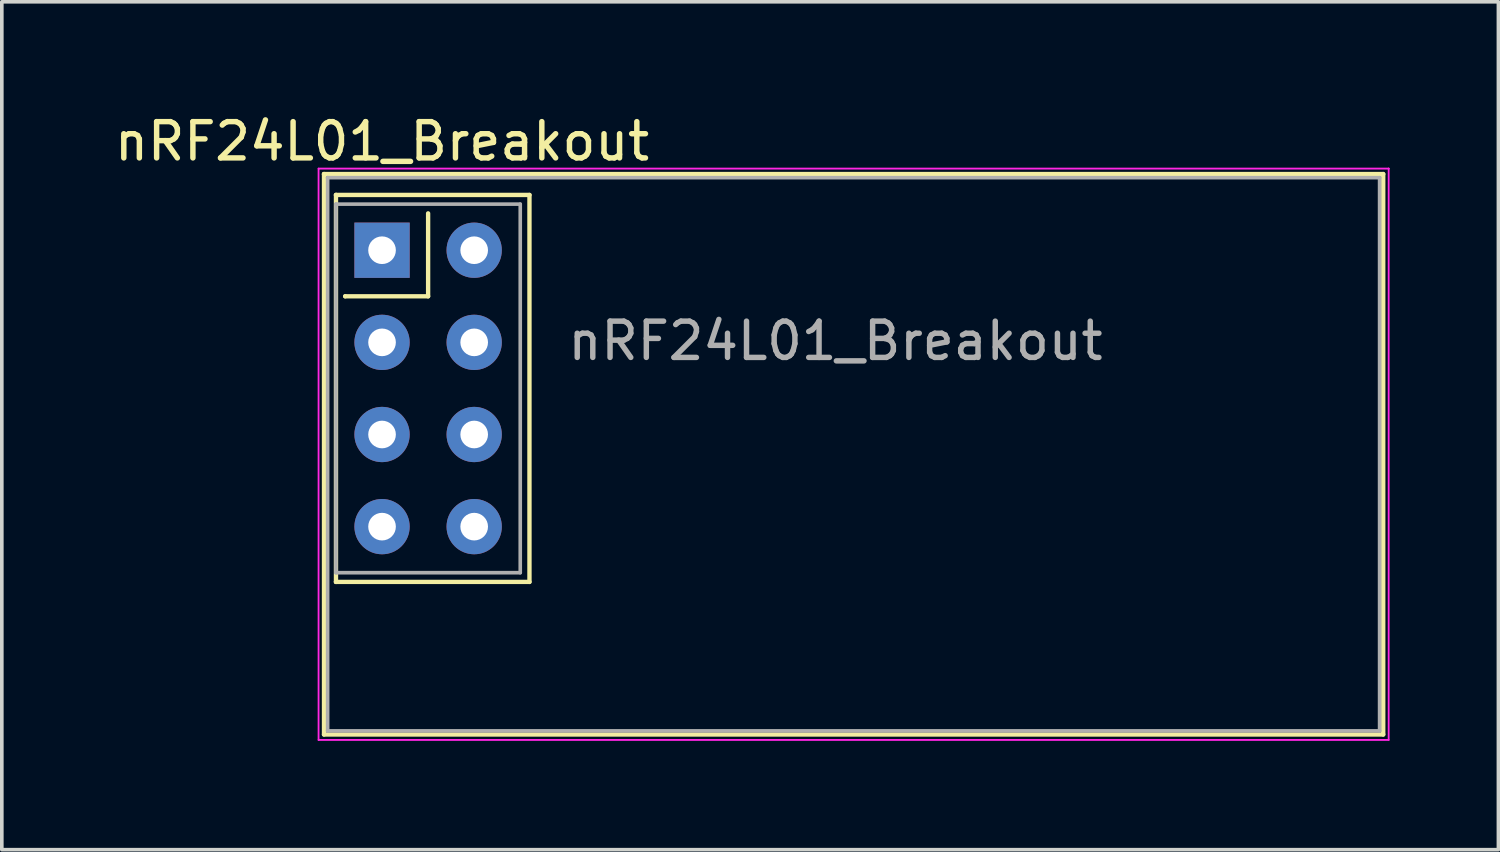
<source format=kicad_pcb>
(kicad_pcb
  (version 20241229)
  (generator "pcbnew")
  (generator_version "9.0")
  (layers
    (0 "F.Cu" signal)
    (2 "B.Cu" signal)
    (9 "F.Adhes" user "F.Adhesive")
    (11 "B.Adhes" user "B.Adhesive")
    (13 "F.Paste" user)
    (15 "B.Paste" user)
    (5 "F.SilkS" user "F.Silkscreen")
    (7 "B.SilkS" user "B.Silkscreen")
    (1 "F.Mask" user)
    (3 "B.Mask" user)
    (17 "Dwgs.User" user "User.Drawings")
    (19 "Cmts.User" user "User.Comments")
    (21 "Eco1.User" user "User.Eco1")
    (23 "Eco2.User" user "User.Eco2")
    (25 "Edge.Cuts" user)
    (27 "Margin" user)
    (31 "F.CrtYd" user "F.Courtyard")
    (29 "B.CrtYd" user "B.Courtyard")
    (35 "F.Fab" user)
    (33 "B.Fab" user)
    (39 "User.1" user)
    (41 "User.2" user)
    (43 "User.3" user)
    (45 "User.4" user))
  (footprint "nRF24L01_Breakout"
    (layer "F.Cu")
    (at 7.482 3.848)
    (property "Reference" "nRF24L01_Breakout" (at 0 -3 0) (layer "F.SilkS") (effects (font (size 1 1) (thickness 0.15))))
    (attr through_hole)
    (fp_line (start -1.6 -2.1) (end -1.6 -2.1) (stroke (width 0.12) (type solid)) (layer "F.SilkS"))
    (fp_line (start -1.6 -2.1) (end 27.6 -2.1) (stroke (width 0.12) (type solid)) (layer "F.SilkS"))
    (fp_line (start -1.6 13.35) (end -1.6 -2.1) (stroke (width 0.12) (type solid)) (layer "F.SilkS"))
    (fp_line (start -1.27 -1.524) (end -1.27 -1.524) (stroke (width 0.12) (type solid)) (layer "F.SilkS"))
    (fp_line (start -1.27 -1.524) (end 4.064 -1.524) (stroke (width 0.12) (type solid)) (layer "F.SilkS"))
    (fp_line (start -1.27 9.144) (end -1.27 -1.524) (stroke (width 0.12) (type solid)) (layer "F.SilkS"))
    (fp_line (start -1.27 9.144) (end -1.27 9.144) (stroke (width 0.12) (type solid)) (layer "F.SilkS"))
    (fp_line (start -1.016 1.27) (end -1.016 1.27) (stroke (width 0.12) (type solid)) (layer "F.SilkS"))
    (fp_line (start 1.27 -1.016) (end 1.27 1.27) (stroke (width 0.12) (type solid)) (layer "F.SilkS"))
    (fp_line (start 1.27 1.27) (end -1.016 1.27) (stroke (width 0.12) (type solid)) (layer "F.SilkS"))
    (fp_line (start 4.064 -1.524) (end 4.064 9.144) (stroke (width 0.12) (type solid)) (layer "F.SilkS"))
    (fp_line (start 4.064 9.144) (end -1.27 9.144) (stroke (width 0.12) (type solid)) (layer "F.SilkS"))
    (fp_line (start 27.6 -2.1) (end 27.6 13.35) (stroke (width 0.12) (type solid)) (layer "F.SilkS"))
    (fp_line (start 27.6 13.35) (end -1.6 13.35) (stroke (width 0.12) (type solid)) (layer "F.SilkS"))
    (fp_line (start -1.75 -2.25) (end -1.75 13.5) (stroke (width 0.05) (type solid)) (layer "F.CrtYd"))
    (fp_line (start -1.75 13.5) (end 27.75 13.5) (stroke (width 0.05) (type solid)) (layer "F.CrtYd"))
    (fp_line (start 27.75 -2.25) (end -1.75 -2.25) (stroke (width 0.05) (type solid)) (layer "F.CrtYd"))
    (fp_line (start 27.75 -2.25) (end 27.75 -2.25) (stroke (width 0.05) (type solid)) (layer "F.CrtYd"))
    (fp_line (start 27.75 13.5) (end 27.75 -2.25) (stroke (width 0.05) (type solid)) (layer "F.CrtYd"))
    (fp_line (start -1.5 -2) (end -1.5 -2) (stroke (width 0.1) (type solid)) (layer "F.Fab"))
    (fp_line (start -1.5 -2) (end 27.5 -2) (stroke (width 0.1) (type solid)) (layer "F.Fab"))
    (fp_line (start -1.5 13.25) (end -1.5 -2) (stroke (width 0.1) (type solid)) (layer "F.Fab"))
    (fp_line (start -1.27 -1.27) (end -1.27 -1.27) (stroke (width 0.1) (type solid)) (layer "F.Fab"))
    (fp_line (start -1.27 -1.27) (end 3.81 -1.27) (stroke (width 0.1) (type solid)) (layer "F.Fab"))
    (fp_line (start -1.27 8.89) (end -1.27 -1.27) (stroke (width 0.1) (type solid)) (layer "F.Fab"))
    (fp_line (start 3.81 -1.27) (end 3.81 8.89) (stroke (width 0.1) (type solid)) (layer "F.Fab"))
    (fp_line (start 3.81 8.89) (end -1.27 8.89) (stroke (width 0.1) (type solid)) (layer "F.Fab"))
    (fp_line (start 27.5 -2) (end 27.5 13.25) (stroke (width 0.1) (type solid)) (layer "F.Fab"))
    (fp_line (start 27.5 13.25) (end -1.5 13.25) (stroke (width 0.1) (type solid)) (layer "F.Fab"))
    (fp_text user "${REFERENCE}" (at 12.5 2.5 0) (layer "F.Fab") (effects (font (size 1 1) (thickness 0.15))))
    (pad "1" thru_hole rect (at 0 0) (size 1.524 1.524) (drill 0.762) (layers "*.Cu" "*.Mask"))
    (pad "2" thru_hole circle (at 2.54 0) (size 1.524 1.524) (drill 0.762) (layers "*.Cu" "*.Mask"))
    (pad "3" thru_hole circle (at 0 2.54) (size 1.524 1.524) (drill 0.762) (layers "*.Cu" "*.Mask"))
    (pad "4" thru_hole circle (at 2.54 2.54) (size 1.524 1.524) (drill 0.762) (layers "*.Cu" "*.Mask"))
    (pad "5" thru_hole circle (at 0 5.08) (size 1.524 1.524) (drill 0.762) (layers "*.Cu" "*.Mask"))
    (pad "6" thru_hole circle (at 2.54 5.08) (size 1.524 1.524) (drill 0.762) (layers "*.Cu" "*.Mask"))
    (pad "7" thru_hole circle (at 0 7.62) (size 1.524 1.524) (drill 0.762) (layers "*.Cu" "*.Mask"))
    (pad "8" thru_hole circle (at 2.54 7.62) (size 1.524 1.524) (drill 0.762) (layers "*.Cu" "*.Mask")))
  (gr_rect
    (start -3 -3)
    (end 38.257 20.373)
    (stroke (width 0.1) (type default))
    (fill no)
    (layer "Edge.Cuts")))
</source>
